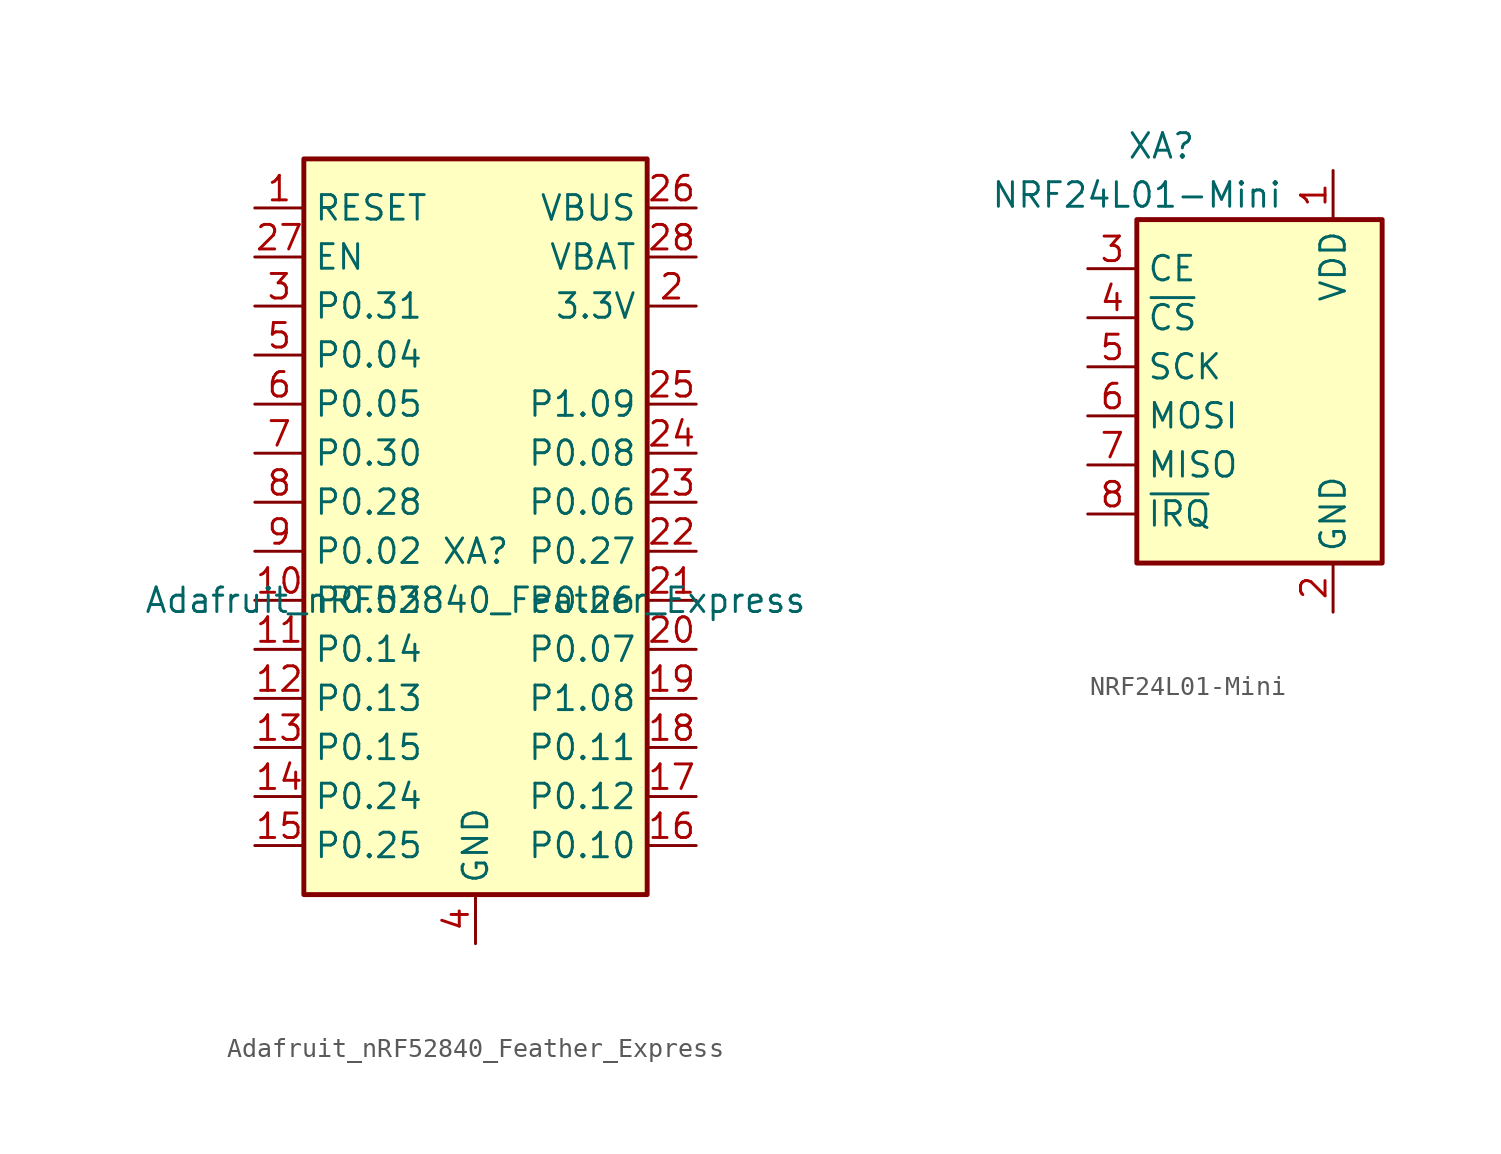
<source format=kicad_sym>
(kicad_symbol_lib
  (version 20211014)
  (generator kicad_symbol_editor)
  (symbol "Adafruit_nRF52840_Feather_Express"
    (property "Reference" "XA"
      (at 0 1.27 0)
      (effects (font (size 1.27 1.27))))
    (property "Value" "Adafruit_nRF52840_Feather_Express"
      (at 0 -1.27 0)
      (effects (font (size 1.27 1.27))))
    (symbol "Adafruit_nRF52840_Feather_Express_0_0"
      (rectangle (start -8.89 21.59) (end 8.89 -16.51) (stroke (width 0.254) (type default) (color 0 0 0 0)) (fill (type background))))
    (symbol "Adafruit_nRF52840_Feather_Express_1_1"
      (pin input line (at -11.43 19.05 0) (length 2.54) (name "RESET" (effects (font (size 1.27 1.27)))) (number "1" (effects (font (size 1.27 1.27)))))
      (pin bidirectional line (at -11.43 -1.27 0) (length 2.54) (name "P0.03" (effects (font (size 1.27 1.27)))) (number "10" (effects (font (size 1.27 1.27)))))
      (pin bidirectional line (at -11.43 -3.81 0) (length 2.54) (name "P0.14" (effects (font (size 1.27 1.27)))) (number "11" (effects (font (size 1.27 1.27)))))
      (pin bidirectional line (at -11.43 -6.35 0) (length 2.54) (name "P0.13" (effects (font (size 1.27 1.27)))) (number "12" (effects (font (size 1.27 1.27)))))
      (pin bidirectional line (at -11.43 -8.89 0) (length 2.54) (name "P0.15" (effects (font (size 1.27 1.27)))) (number "13" (effects (font (size 1.27 1.27)))))
      (pin bidirectional line (at -11.43 -11.43 0) (length 2.54) (name "P0.24" (effects (font (size 1.27 1.27)))) (number "14" (effects (font (size 1.27 1.27)))))
      (pin bidirectional line (at -11.43 -13.97 0) (length 2.54) (name "P0.25" (effects (font (size 1.27 1.27)))) (number "15" (effects (font (size 1.27 1.27)))))
      (pin bidirectional line (at 11.43 -13.97 180) (length 2.54) (name "P0.10" (effects (font (size 1.27 1.27)))) (number "16" (effects (font (size 1.27 1.27)))))
      (pin bidirectional line (at 11.43 -11.43 180) (length 2.54) (name "P0.12" (effects (font (size 1.27 1.27)))) (number "17" (effects (font (size 1.27 1.27)))))
      (pin bidirectional line (at 11.43 -8.89 180) (length 2.54) (name "P0.11" (effects (font (size 1.27 1.27)))) (number "18" (effects (font (size 1.27 1.27)))))
      (pin bidirectional line (at 11.43 -6.35 180) (length 2.54) (name "P1.08" (effects (font (size 1.27 1.27)))) (number "19" (effects (font (size 1.27 1.27)))))
      (pin power_out line (at 11.43 13.97 180) (length 2.54) (name "3.3V" (effects (font (size 1.27 1.27)))) (number "2" (effects (font (size 1.27 1.27)))))
      (pin bidirectional line (at 11.43 -3.81 180) (length 2.54) (name "P0.07" (effects (font (size 1.27 1.27)))) (number "20" (effects (font (size 1.27 1.27)))))
      (pin bidirectional line (at 11.43 -1.27 180) (length 2.54) (name "P0.26" (effects (font (size 1.27 1.27)))) (number "21" (effects (font (size 1.27 1.27)))))
      (pin bidirectional line (at 11.43 1.27 180) (length 2.54) (name "P0.27" (effects (font (size 1.27 1.27)))) (number "22" (effects (font (size 1.27 1.27)))))
      (pin bidirectional line (at 11.43 3.81 180) (length 2.54) (name "P0.06" (effects (font (size 1.27 1.27)))) (number "23" (effects (font (size 1.27 1.27)))))
      (pin bidirectional line (at 11.43 6.35 180) (length 2.54) (name "P0.08" (effects (font (size 1.27 1.27)))) (number "24" (effects (font (size 1.27 1.27)))))
      (pin bidirectional line (at 11.43 8.89 180) (length 2.54) (name "P1.09" (effects (font (size 1.27 1.27)))) (number "25" (effects (font (size 1.27 1.27)))))
      (pin power_out line (at 11.43 19.05 180) (length 2.54) (name "VBUS" (effects (font (size 1.27 1.27)))) (number "26" (effects (font (size 1.27 1.27)))))
      (pin input line (at -11.43 16.51 0) (length 2.54) (name "EN" (effects (font (size 1.27 1.27)))) (number "27" (effects (font (size 1.27 1.27)))))
      (pin power_out line (at 11.43 16.51 180) (length 2.54) (name "VBAT" (effects (font (size 1.27 1.27)))) (number "28" (effects (font (size 1.27 1.27)))))
      (pin bidirectional line (at -11.43 13.97 0) (length 2.54) (name "P0.31" (effects (font (size 1.27 1.27)))) (number "3" (effects (font (size 1.27 1.27)))))
      (pin power_out line (at 0 -19.05 90) (length 2.54) (name "GND" (effects (font (size 1.27 1.27)))) (number "4" (effects (font (size 1.27 1.27)))))
      (pin bidirectional line (at -11.43 11.43 0) (length 2.54) (name "P0.04" (effects (font (size 1.27 1.27)))) (number "5" (effects (font (size 1.27 1.27)))))
      (pin bidirectional line (at -11.43 8.89 0) (length 2.54) (name "P0.05" (effects (font (size 1.27 1.27)))) (number "6" (effects (font (size 1.27 1.27)))))
      (pin bidirectional line (at -11.43 6.35 0) (length 2.54) (name "P0.30" (effects (font (size 1.27 1.27)))) (number "7" (effects (font (size 1.27 1.27)))))
      (pin bidirectional line (at -11.43 3.81 0) (length 2.54) (name "P0.28" (effects (font (size 1.27 1.27)))) (number "8" (effects (font (size 1.27 1.27)))))
      (pin bidirectional line (at -11.43 1.27 0) (length 2.54) (name "P0.02" (effects (font (size 1.27 1.27)))) (number "9" (effects (font (size 1.27 1.27)))))
      (pin passive line (at 0 -19.05 90) (length 2.54) hide (name "MNT1" (effects (font (size 1.27 1.27)))) (number "MNT1" (effects (font (size 1.27 1.27)))))
      (pin passive line (at 0 -19.05 90) (length 2.54) hide (name "MNT2" (effects (font (size 1.27 1.27)))) (number "MNT2" (effects (font (size 1.27 1.27)))))))
  (symbol "NRF24L01-Mini"
    (property "Reference" "XA"
      (at -8.89 12.7 0)
      (effects (font (size 1.27 1.27))))
    (property "Value" "NRF24L01-Mini"
      (at -10.16 10.16 0)
      (effects (font (size 1.27 1.27))))
    (symbol "NRF24L01-Mini_0_1"
      (rectangle (start -10.16 8.89) (end 2.54 -8.89) (stroke (width 0.254) (type default) (color 0 0 0 0)) (fill (type background))))
    (symbol "NRF24L01-Mini_1_1"
      (pin power_in line (at 0 11.43 270) (length 2.54) (name "VDD" (effects (font (size 1.27 1.27)))) (number "1" (effects (font (size 1.27 1.27)))))
      (pin power_in line (at 0 -11.43 90) (length 2.54) (name "GND" (effects (font (size 1.27 1.27)))) (number "2" (effects (font (size 1.27 1.27)))))
      (pin input line (at -12.7 6.35 0) (length 2.54) (name "CE" (effects (font (size 1.27 1.27)))) (number "3" (effects (font (size 1.27 1.27)))) (alternate "SA0" passive line))
      (pin input line (at -12.7 3.81 0) (length 2.54) (name "~{CS}" (effects (font (size 1.27 1.27)))) (number "4" (effects (font (size 1.27 1.27)))))
      (pin input line (at -12.7 1.27 0) (length 2.54) (name "SCK" (effects (font (size 1.27 1.27)))) (number "5" (effects (font (size 1.27 1.27)))))
      (pin input line (at -12.7 -1.27 0) (length 2.54) (name "MOSI" (effects (font (size 1.27 1.27)))) (number "6" (effects (font (size 1.27 1.27)))))
      (pin output line (at -12.7 -3.81 0) (length 2.54) (name "MISO" (effects (font (size 1.27 1.27)))) (number "7" (effects (font (size 1.27 1.27)))))
      (pin output line (at -12.7 -6.35 0) (length 2.54) (name "~{IRQ}" (effects (font (size 1.27 1.27)))) (number "8" (effects (font (size 1.27 1.27)))))
      (pin passive line (at 0 -11.43 90) (length 2.54) hide (name "GND" (effects (font (size 1.27 1.27)))) (number "9" (effects (font (size 1.27 1.27))))))))
</source>
